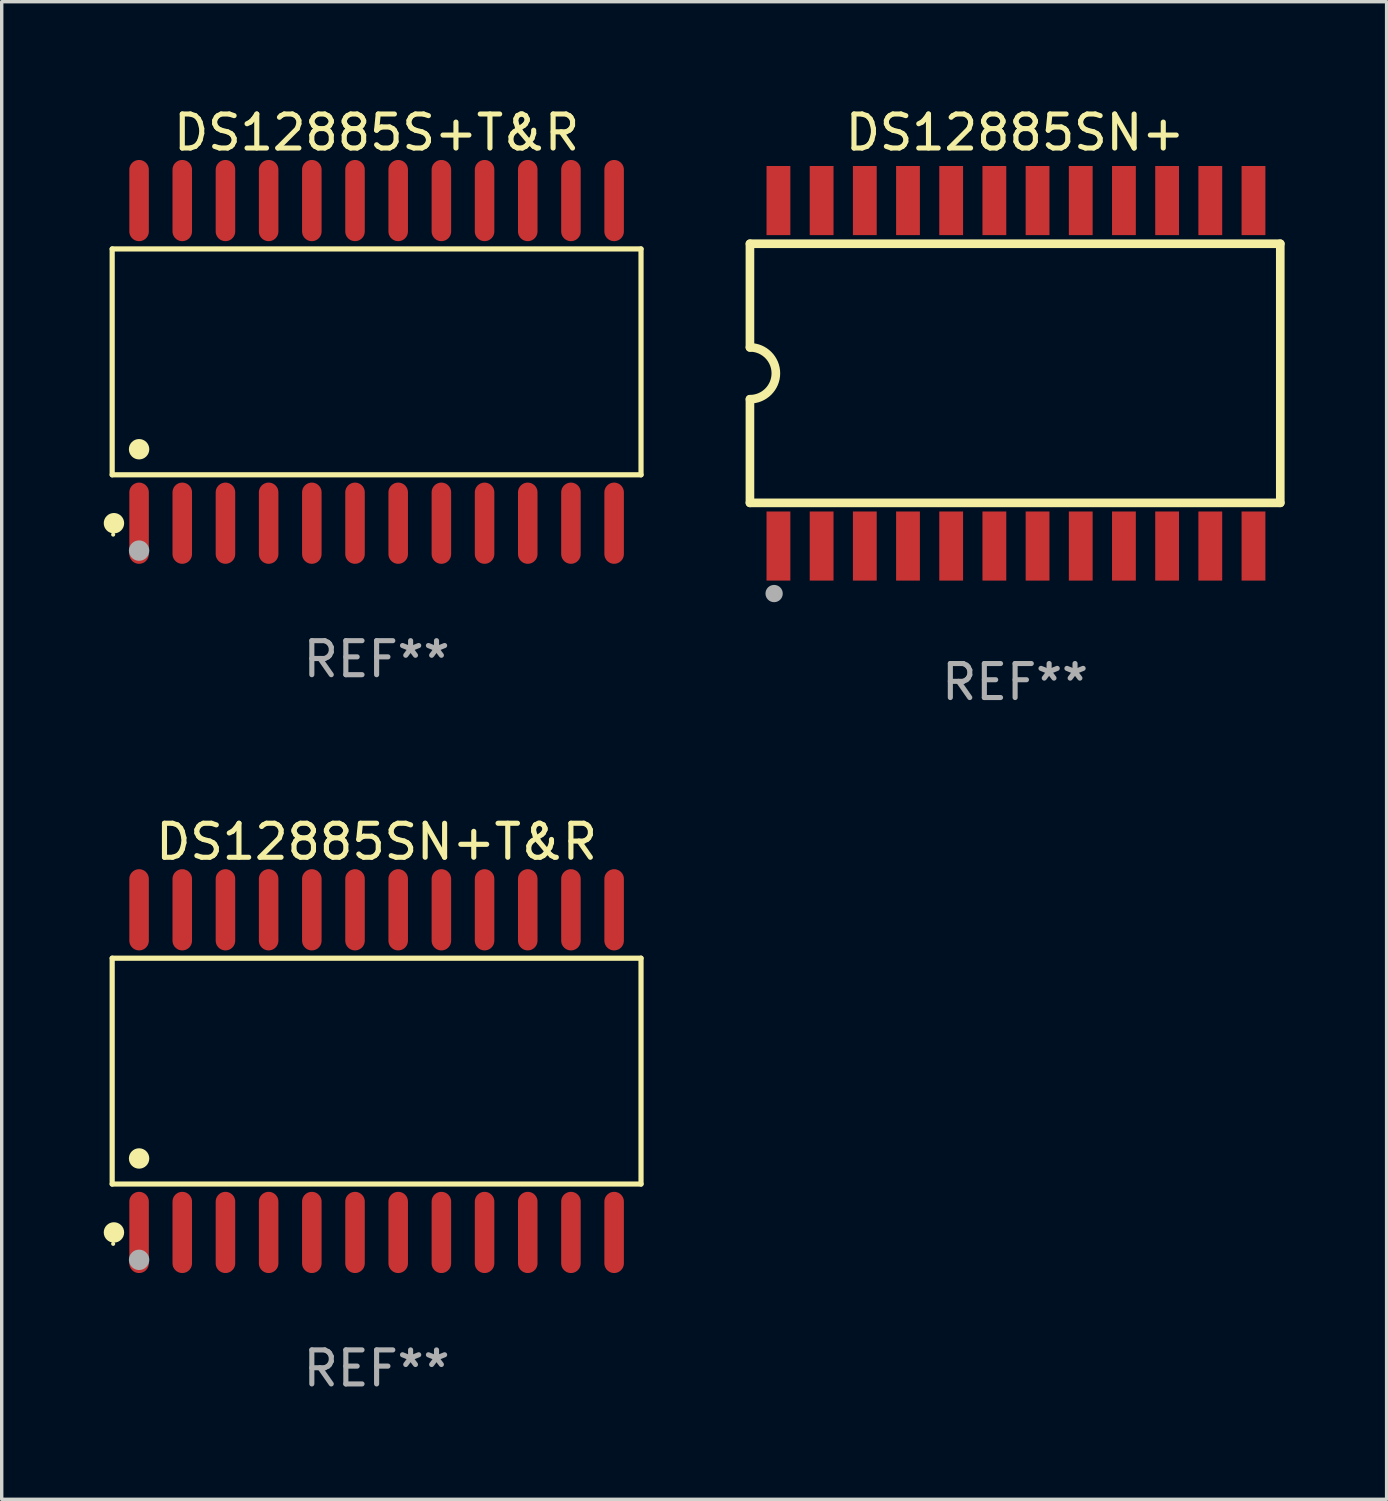
<source format=kicad_pcb>
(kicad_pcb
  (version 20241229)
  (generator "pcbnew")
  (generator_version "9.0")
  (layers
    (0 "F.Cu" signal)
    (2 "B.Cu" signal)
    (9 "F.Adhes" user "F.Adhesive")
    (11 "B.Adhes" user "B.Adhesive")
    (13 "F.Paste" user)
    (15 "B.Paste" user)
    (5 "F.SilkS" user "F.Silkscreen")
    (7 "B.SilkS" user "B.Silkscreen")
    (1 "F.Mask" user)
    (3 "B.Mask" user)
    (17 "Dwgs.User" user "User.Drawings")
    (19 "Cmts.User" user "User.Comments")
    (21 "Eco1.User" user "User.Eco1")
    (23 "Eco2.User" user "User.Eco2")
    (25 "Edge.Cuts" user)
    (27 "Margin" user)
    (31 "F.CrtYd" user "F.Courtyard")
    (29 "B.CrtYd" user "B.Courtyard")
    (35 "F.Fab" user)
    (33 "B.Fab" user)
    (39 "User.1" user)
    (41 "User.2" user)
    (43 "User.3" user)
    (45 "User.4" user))
  (footprint "DS12885SN+"
    (layer "F.Cu")
    (at 26.802 7.928)
    (property "Reference" "DS12885SN+" (at 0 -7.08 0) (layer "F.SilkS") (effects (font (size 1 1) (thickness 0.15))))
    (attr through_hole)
    (fp_line (start -7.798 -3.81) (end -7.798 -0.762) (stroke (width 0.254) (type solid)) (layer "F.SilkS"))
    (fp_line (start -7.798 3.81) (end -7.798 0.762) (stroke (width 0.254) (type solid)) (layer "F.SilkS"))
    (fp_line (start 7.798 -3.81) (end -7.798 -3.81) (stroke (width 0.254) (type solid)) (layer "F.SilkS"))
    (fp_line (start 7.798 3.81) (end -7.798 3.81) (stroke (width 0.254) (type solid)) (layer "F.SilkS"))
    (fp_line (start 7.798 3.81) (end 7.798 -3.81) (stroke (width 0.254) (type solid)) (layer "F.SilkS"))
    (fp_arc (start -7.797791 -0.762002) (mid -7.03579 -0.000001) (end -7.79779 0.762002) (stroke (width 0.254001) (type solid)) (layer "F.SilkS"))
    (fp_circle (center -7.825 3.75) (end -7.795 3.75) (stroke (width 0.06) (type solid)) (fill no) (layer "F.SilkS"))
    (fp_circle (center -7.087 6.477) (end -6.96 6.477) (stroke (width 0.254) (type solid)) (fill no) (layer "F.Fab"))
    (fp_text user "REF**" (at 0 9.08 0) (layer "F.Fab") (effects (font (size 1 1) (thickness 0.15))))
    (pad "1" smd rect (at -6.96 5.08 90) (size 2.032 0.7) (layers "F.Cu" "F.Mask" "F.Paste"))
    (pad "2" smd rect (at -5.69 5.08 90) (size 2.032 0.7) (layers "F.Cu" "F.Mask" "F.Paste"))
    (pad "3" smd rect (at -4.42 5.08 90) (size 2.032 0.7) (layers "F.Cu" "F.Mask" "F.Paste"))
    (pad "4" smd rect (at -3.15 5.08 90) (size 2.032 0.7) (layers "F.Cu" "F.Mask" "F.Paste"))
    (pad "5" smd rect (at -1.88 5.08 90) (size 2.032 0.7) (layers "F.Cu" "F.Mask" "F.Paste"))
    (pad "6" smd rect (at -0.61 5.08 90) (size 2.032 0.7) (layers "F.Cu" "F.Mask" "F.Paste"))
    (pad "7" smd rect (at 0.66 5.08 90) (size 2.032 0.7) (layers "F.Cu" "F.Mask" "F.Paste"))
    (pad "8" smd rect (at 1.93 5.08 90) (size 2.032 0.7) (layers "F.Cu" "F.Mask" "F.Paste"))
    (pad "9" smd rect (at 3.2 5.08 90) (size 2.032 0.7) (layers "F.Cu" "F.Mask" "F.Paste"))
    (pad "10" smd rect (at 4.47 5.08 90) (size 2.032 0.7) (layers "F.Cu" "F.Mask" "F.Paste"))
    (pad "11" smd rect (at 5.74 5.08 90) (size 2.032 0.7) (layers "F.Cu" "F.Mask" "F.Paste"))
    (pad "12" smd rect (at 7.01 5.08 90) (size 2.032 0.7) (layers "F.Cu" "F.Mask" "F.Paste"))
    (pad "13" smd rect (at 7.01 -5.08 90) (size 2.032 0.7) (layers "F.Cu" "F.Mask" "F.Paste"))
    (pad "14" smd rect (at 5.74 -5.08 90) (size 2.032 0.7) (layers "F.Cu" "F.Mask" "F.Paste"))
    (pad "15" smd rect (at 4.47 -5.08 90) (size 2.032 0.7) (layers "F.Cu" "F.Mask" "F.Paste"))
    (pad "16" smd rect (at 3.2 -5.08 90) (size 2.032 0.7) (layers "F.Cu" "F.Mask" "F.Paste"))
    (pad "17" smd rect (at 1.93 -5.08 90) (size 2.032 0.7) (layers "F.Cu" "F.Mask" "F.Paste"))
    (pad "18" smd rect (at 0.66 -5.08 90) (size 2.032 0.7) (layers "F.Cu" "F.Mask" "F.Paste"))
    (pad "19" smd rect (at -0.61 -5.08 90) (size 2.032 0.7) (layers "F.Cu" "F.Mask" "F.Paste"))
    (pad "20" smd rect (at -1.88 -5.08 90) (size 2.032 0.7) (layers "F.Cu" "F.Mask" "F.Paste"))
    (pad "21" smd rect (at -3.15 -5.08 90) (size 2.032 0.7) (layers "F.Cu" "F.Mask" "F.Paste"))
    (pad "22" smd rect (at -4.42 -5.08 90) (size 2.032 0.7) (layers "F.Cu" "F.Mask" "F.Paste"))
    (pad "23" smd rect (at -5.69 -5.08 90) (size 2.032 0.7) (layers "F.Cu" "F.Mask" "F.Paste"))
    (pad "24" smd rect (at -6.96 -5.08 90) (size 2.032 0.7) (layers "F.Cu" "F.Mask" "F.Paste")))
  (footprint "DS12885SN+T&R"
    (layer "F.Cu")
    (at 8.025 28.449)
    (property "Reference" "DS12885SN+T&R" (at 0 -6.744 0) (layer "F.SilkS") (effects (font (size 1 1) (thickness 0.15))))
    (attr through_hole)
    (fp_line (start -7.776 -3.321) (end 7.776 -3.321) (stroke (width 0.152) (type solid)) (layer "F.SilkS"))
    (fp_line (start -7.776 3.321) (end -7.776 -3.321) (stroke (width 0.152) (type solid)) (layer "F.SilkS"))
    (fp_line (start 7.776 -3.321) (end 7.776 3.321) (stroke (width 0.152) (type solid)) (layer "F.SilkS"))
    (fp_line (start 7.776 3.321) (end -7.776 3.321) (stroke (width 0.152) (type solid)) (layer "F.SilkS"))
    (fp_circle (center -7.747 5.08) (end -7.717 5.08) (stroke (width 0.06) (type solid)) (fill no) (layer "F.SilkS"))
    (fp_circle (center -7.724 4.744) (end -7.574 4.744) (stroke (width 0.3) (type solid)) (fill no) (layer "F.SilkS"))
    (fp_circle (center -6.985 2.569) (end -6.835 2.569) (stroke (width 0.3) (type solid)) (fill no) (layer "F.SilkS"))
    (fp_circle (center -6.985 5.55) (end -6.835 5.55) (stroke (width 0.3) (type solid)) (fill no) (layer "F.Fab"))
    (fp_text user "REF**" (at 0 8.744 0) (layer "F.Fab") (effects (font (size 1 1) (thickness 0.15))))
    (pad "1" smd oval (at -6.985 4.744) (size 0.574 2.388) (layers "F.Cu" "F.Mask" "F.Paste"))
    (pad "2" smd oval (at -5.715 4.744) (size 0.574 2.388) (layers "F.Cu" "F.Mask" "F.Paste"))
    (pad "3" smd oval (at -4.445 4.744) (size 0.574 2.388) (layers "F.Cu" "F.Mask" "F.Paste"))
    (pad "4" smd oval (at -3.175 4.744) (size 0.574 2.388) (layers "F.Cu" "F.Mask" "F.Paste"))
    (pad "5" smd oval (at -1.905 4.744) (size 0.574 2.388) (layers "F.Cu" "F.Mask" "F.Paste"))
    (pad "6" smd oval (at -0.635 4.744) (size 0.574 2.388) (layers "F.Cu" "F.Mask" "F.Paste"))
    (pad "7" smd oval (at 0.635 4.744) (size 0.574 2.388) (layers "F.Cu" "F.Mask" "F.Paste"))
    (pad "8" smd oval (at 1.905 4.744) (size 0.574 2.388) (layers "F.Cu" "F.Mask" "F.Paste"))
    (pad "9" smd oval (at 3.175 4.744) (size 0.574 2.388) (layers "F.Cu" "F.Mask" "F.Paste"))
    (pad "10" smd oval (at 4.445 4.744) (size 0.574 2.388) (layers "F.Cu" "F.Mask" "F.Paste"))
    (pad "11" smd oval (at 5.715 4.744) (size 0.574 2.388) (layers "F.Cu" "F.Mask" "F.Paste"))
    (pad "12" smd oval (at 6.985 4.744) (size 0.574 2.388) (layers "F.Cu" "F.Mask" "F.Paste"))
    (pad "13" smd oval (at 6.985 -4.744) (size 0.574 2.388) (layers "F.Cu" "F.Mask" "F.Paste"))
    (pad "14" smd oval (at 5.715 -4.744) (size 0.574 2.388) (layers "F.Cu" "F.Mask" "F.Paste"))
    (pad "15" smd oval (at 4.445 -4.744) (size 0.574 2.388) (layers "F.Cu" "F.Mask" "F.Paste"))
    (pad "16" smd oval (at 3.175 -4.744) (size 0.574 2.388) (layers "F.Cu" "F.Mask" "F.Paste"))
    (pad "17" smd oval (at 1.905 -4.744) (size 0.574 2.388) (layers "F.Cu" "F.Mask" "F.Paste"))
    (pad "18" smd oval (at 0.635 -4.744) (size 0.574 2.388) (layers "F.Cu" "F.Mask" "F.Paste"))
    (pad "19" smd oval (at -0.635 -4.744) (size 0.574 2.388) (layers "F.Cu" "F.Mask" "F.Paste"))
    (pad "20" smd oval (at -1.905 -4.744) (size 0.574 2.388) (layers "F.Cu" "F.Mask" "F.Paste"))
    (pad "21" smd oval (at -3.175 -4.744) (size 0.574 2.388) (layers "F.Cu" "F.Mask" "F.Paste"))
    (pad "22" smd oval (at -4.445 -4.744) (size 0.574 2.388) (layers "F.Cu" "F.Mask" "F.Paste"))
    (pad "23" smd oval (at -5.715 -4.744) (size 0.574 2.388) (layers "F.Cu" "F.Mask" "F.Paste"))
    (pad "24" smd oval (at -6.985 -4.744) (size 0.574 2.388) (layers "F.Cu" "F.Mask" "F.Paste")))
  (footprint "DS12885S+T&R"
    (layer "F.Cu")
    (at 8.025 7.592)
    (property "Reference" "DS12885S+T&R" (at 0 -6.744 0) (layer "F.SilkS") (effects (font (size 1 1) (thickness 0.15))))
    (attr through_hole)
    (fp_line (start -7.776 -3.321) (end 7.776 -3.321) (stroke (width 0.152) (type solid)) (layer "F.SilkS"))
    (fp_line (start -7.776 3.321) (end -7.776 -3.321) (stroke (width 0.152) (type solid)) (layer "F.SilkS"))
    (fp_line (start 7.776 -3.321) (end 7.776 3.321) (stroke (width 0.152) (type solid)) (layer "F.SilkS"))
    (fp_line (start 7.776 3.321) (end -7.776 3.321) (stroke (width 0.152) (type solid)) (layer "F.SilkS"))
    (fp_circle (center -7.747 5.08) (end -7.717 5.08) (stroke (width 0.06) (type solid)) (fill no) (layer "F.SilkS"))
    (fp_circle (center -7.724 4.744) (end -7.574 4.744) (stroke (width 0.3) (type solid)) (fill no) (layer "F.SilkS"))
    (fp_circle (center -6.985 2.569) (end -6.835 2.569) (stroke (width 0.3) (type solid)) (fill no) (layer "F.SilkS"))
    (fp_circle (center -6.985 5.55) (end -6.835 5.55) (stroke (width 0.3) (type solid)) (fill no) (layer "F.Fab"))
    (fp_text user "REF**" (at 0 8.744 0) (layer "F.Fab") (effects (font (size 1 1) (thickness 0.15))))
    (pad "1" smd oval (at -6.985 4.744) (size 0.574 2.388) (layers "F.Cu" "F.Mask" "F.Paste"))
    (pad "2" smd oval (at -5.715 4.744) (size 0.574 2.388) (layers "F.Cu" "F.Mask" "F.Paste"))
    (pad "3" smd oval (at -4.445 4.744) (size 0.574 2.388) (layers "F.Cu" "F.Mask" "F.Paste"))
    (pad "4" smd oval (at -3.175 4.744) (size 0.574 2.388) (layers "F.Cu" "F.Mask" "F.Paste"))
    (pad "5" smd oval (at -1.905 4.744) (size 0.574 2.388) (layers "F.Cu" "F.Mask" "F.Paste"))
    (pad "6" smd oval (at -0.635 4.744) (size 0.574 2.388) (layers "F.Cu" "F.Mask" "F.Paste"))
    (pad "7" smd oval (at 0.635 4.744) (size 0.574 2.388) (layers "F.Cu" "F.Mask" "F.Paste"))
    (pad "8" smd oval (at 1.905 4.744) (size 0.574 2.388) (layers "F.Cu" "F.Mask" "F.Paste"))
    (pad "9" smd oval (at 3.175 4.744) (size 0.574 2.388) (layers "F.Cu" "F.Mask" "F.Paste"))
    (pad "10" smd oval (at 4.445 4.744) (size 0.574 2.388) (layers "F.Cu" "F.Mask" "F.Paste"))
    (pad "11" smd oval (at 5.715 4.744) (size 0.574 2.388) (layers "F.Cu" "F.Mask" "F.Paste"))
    (pad "12" smd oval (at 6.985 4.744) (size 0.574 2.388) (layers "F.Cu" "F.Mask" "F.Paste"))
    (pad "13" smd oval (at 6.985 -4.744) (size 0.574 2.388) (layers "F.Cu" "F.Mask" "F.Paste"))
    (pad "14" smd oval (at 5.715 -4.744) (size 0.574 2.388) (layers "F.Cu" "F.Mask" "F.Paste"))
    (pad "15" smd oval (at 4.445 -4.744) (size 0.574 2.388) (layers "F.Cu" "F.Mask" "F.Paste"))
    (pad "16" smd oval (at 3.175 -4.744) (size 0.574 2.388) (layers "F.Cu" "F.Mask" "F.Paste"))
    (pad "17" smd oval (at 1.905 -4.744) (size 0.574 2.388) (layers "F.Cu" "F.Mask" "F.Paste"))
    (pad "18" smd oval (at 0.635 -4.744) (size 0.574 2.388) (layers "F.Cu" "F.Mask" "F.Paste"))
    (pad "19" smd oval (at -0.635 -4.744) (size 0.574 2.388) (layers "F.Cu" "F.Mask" "F.Paste"))
    (pad "20" smd oval (at -1.905 -4.744) (size 0.574 2.388) (layers "F.Cu" "F.Mask" "F.Paste"))
    (pad "21" smd oval (at -3.175 -4.744) (size 0.574 2.388) (layers "F.Cu" "F.Mask" "F.Paste"))
    (pad "22" smd oval (at -4.445 -4.744) (size 0.574 2.388) (layers "F.Cu" "F.Mask" "F.Paste"))
    (pad "23" smd oval (at -5.715 -4.744) (size 0.574 2.388) (layers "F.Cu" "F.Mask" "F.Paste"))
    (pad "24" smd oval (at -6.985 -4.744) (size 0.574 2.388) (layers "F.Cu" "F.Mask" "F.Paste")))
  (gr_rect
    (start -3 -3)
    (end 37.727 41.041)
    (stroke (width 0.1) (type default))
    (fill no)
    (layer "Edge.Cuts")))
</source>
